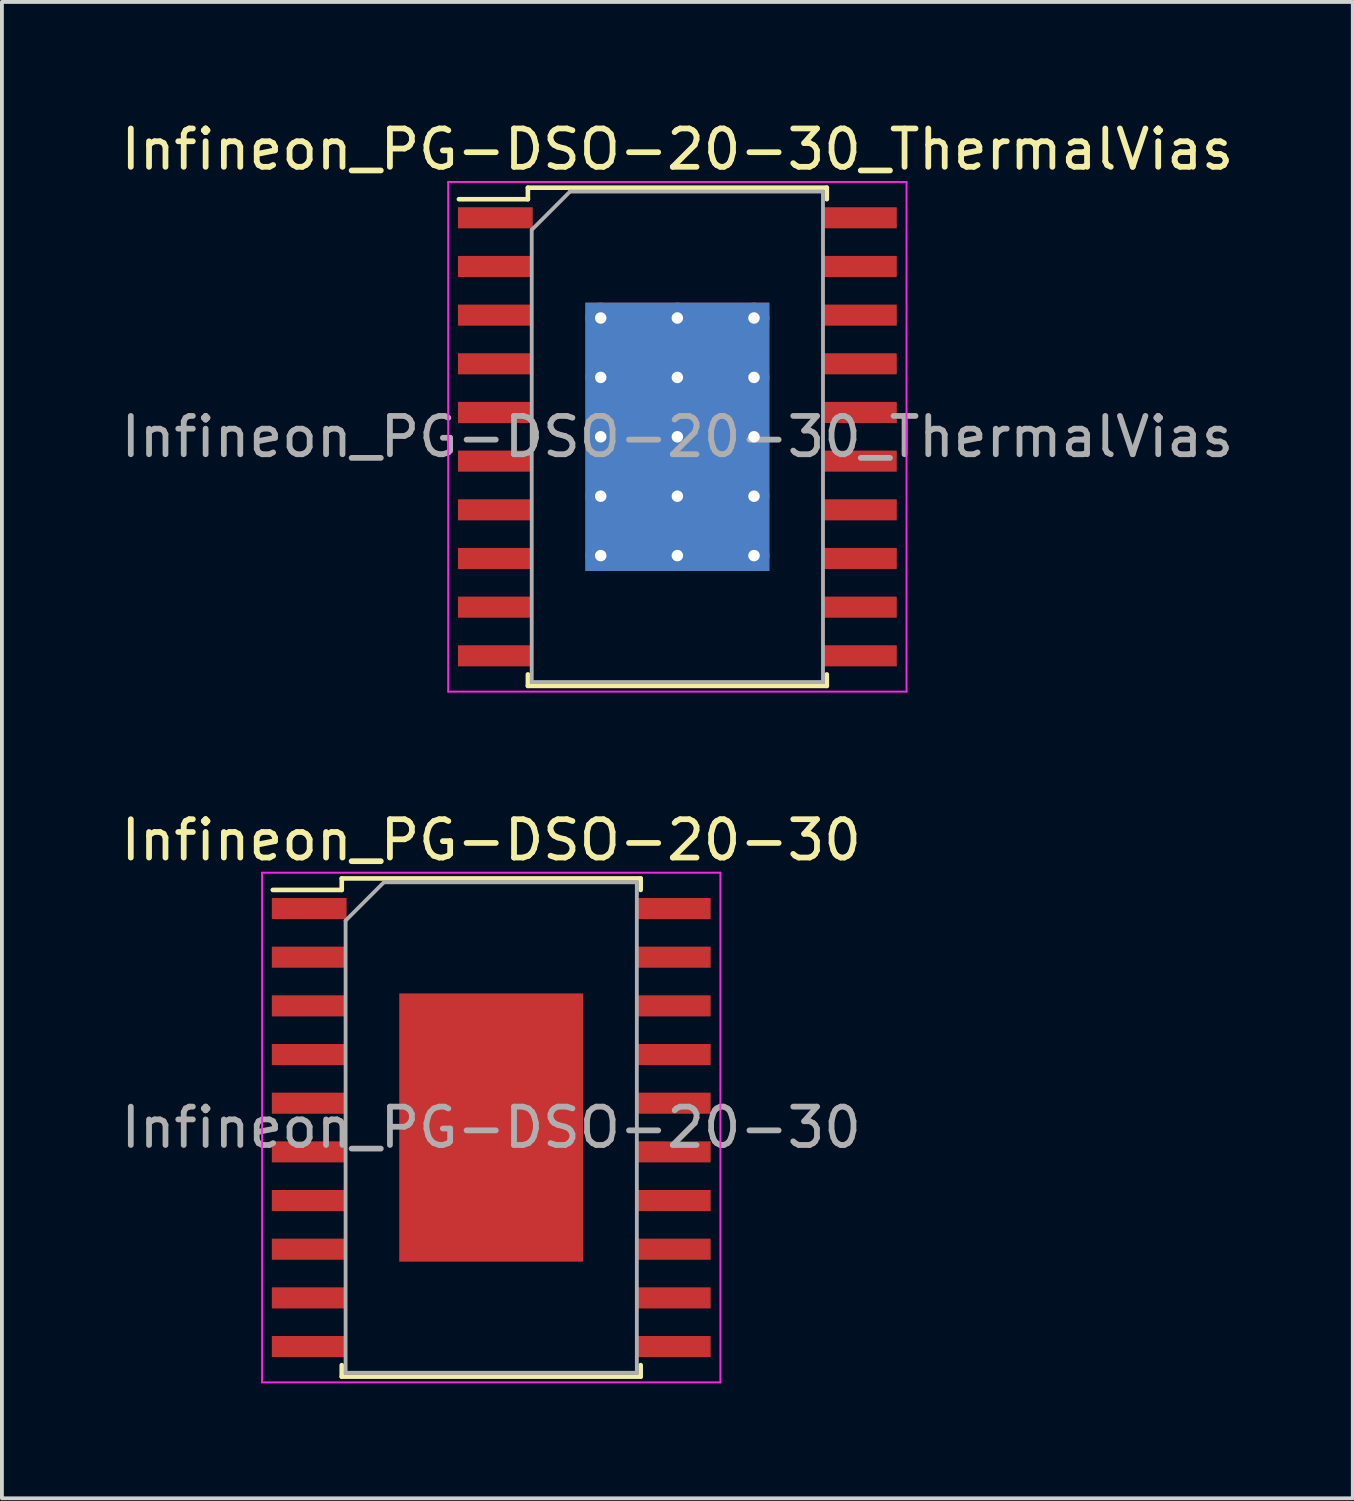
<source format=kicad_pcb>
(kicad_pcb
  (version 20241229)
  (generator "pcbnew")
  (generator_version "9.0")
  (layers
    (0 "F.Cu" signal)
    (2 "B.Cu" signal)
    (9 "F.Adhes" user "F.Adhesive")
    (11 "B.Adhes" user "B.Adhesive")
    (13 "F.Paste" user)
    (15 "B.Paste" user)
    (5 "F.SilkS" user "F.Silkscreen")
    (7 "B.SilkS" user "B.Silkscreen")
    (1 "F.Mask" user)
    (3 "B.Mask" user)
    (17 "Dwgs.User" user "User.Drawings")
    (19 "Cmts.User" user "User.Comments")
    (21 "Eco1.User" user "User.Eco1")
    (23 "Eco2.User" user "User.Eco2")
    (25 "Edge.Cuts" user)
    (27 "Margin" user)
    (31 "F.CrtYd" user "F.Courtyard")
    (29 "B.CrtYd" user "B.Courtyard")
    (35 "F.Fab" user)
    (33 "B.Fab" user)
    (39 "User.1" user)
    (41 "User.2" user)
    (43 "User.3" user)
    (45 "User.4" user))
  (footprint "Infineon_PG-DSO-20-30"
    (layer "F.Cu")
    (at 9.768 26.372)
    (property "Reference" "Infineon_PG-DSO-20-30" (at 0 -7.5 0) (layer "F.SilkS") (effects (font (size 1 1) (thickness 0.15))))
    (attr smd)
    (fp_line (start -5.7 -6.2) (end -3.9 -6.2) (stroke (width 0.12) (type solid)) (layer "F.SilkS"))
    (fp_line (start -3.9 -6.5) (end 3.9 -6.5) (stroke (width 0.12) (type solid)) (layer "F.SilkS"))
    (fp_line (start -3.9 -6.2) (end -3.9 -6.5) (stroke (width 0.12) (type solid)) (layer "F.SilkS"))
    (fp_line (start -3.9 6.2) (end -3.9 6.5) (stroke (width 0.12) (type solid)) (layer "F.SilkS"))
    (fp_line (start 3.9 -6.2) (end 3.9 -6.5) (stroke (width 0.12) (type solid)) (layer "F.SilkS"))
    (fp_line (start 3.9 6.2) (end 3.9 6.5) (stroke (width 0.12) (type solid)) (layer "F.SilkS"))
    (fp_line (start 3.9 6.5) (end -3.9 6.5) (stroke (width 0.12) (type solid)) (layer "F.SilkS"))
    (fp_line (start -5.98 -6.65) (end 5.98 -6.65) (stroke (width 0.05) (type solid)) (layer "F.CrtYd"))
    (fp_line (start -5.98 6.65) (end -5.98 -6.65) (stroke (width 0.05) (type solid)) (layer "F.CrtYd"))
    (fp_line (start -5.98 6.65) (end 5.98 6.65) (stroke (width 0.05) (type solid)) (layer "F.CrtYd"))
    (fp_line (start 5.98 6.65) (end 5.98 -6.65) (stroke (width 0.05) (type solid)) (layer "F.CrtYd"))
    (fp_line (start -3.8 6.4) (end -3.8 -5.4) (stroke (width 0.1) (type solid)) (layer "F.Fab"))
    (fp_line (start -2.8 -6.4) (end -3.8 -5.4) (stroke (width 0.1) (type solid)) (layer "F.Fab"))
    (fp_line (start -2.8 -6.4) (end 3.8 -6.4) (stroke (width 0.1) (type solid)) (layer "F.Fab"))
    (fp_line (start 3.8 -6.4) (end 3.8 6.4) (stroke (width 0.1) (type solid)) (layer "F.Fab"))
    (fp_line (start 3.8 6.4) (end -3.8 6.4) (stroke (width 0.1) (type solid)) (layer "F.Fab"))
    (fp_text user "${REFERENCE}" (at 0 0 0) (layer "F.Fab") (effects (font (size 1 1) (thickness 0.15))))
    (pad "" smd rect (at -1.2 -2.8) (size 2.1 1.1) (layers "F.Paste"))
    (pad "" smd rect (at -1.2 -1.4) (size 2.1 1.1) (layers "F.Paste"))
    (pad "" smd rect (at -1.2 0) (size 2.1 1.1) (layers "F.Paste"))
    (pad "" smd rect (at -1.2 1.4) (size 2.1 1.1) (layers "F.Paste"))
    (pad "" smd rect (at -1.2 2.8) (size 2.1 1.1) (layers "F.Paste"))
    (pad "" smd rect (at 1.2 -2.8) (size 2.1 1.1) (layers "F.Paste"))
    (pad "" smd rect (at 1.2 -1.4) (size 2.1 1.1) (layers "F.Paste"))
    (pad "" smd rect (at 1.2 0) (size 2.1 1.1) (layers "F.Paste"))
    (pad "" smd rect (at 1.2 1.4) (size 2.1 1.1) (layers "F.Paste"))
    (pad "" smd rect (at 1.2 2.8) (size 2.1 1.1) (layers "F.Paste"))
    (pad "1" smd rect (at -4.75 -5.715 90) (size 0.55 1.95) (layers "F.Cu" "F.Mask" "F.Paste"))
    (pad "2" smd rect (at -4.75 -4.445 90) (size 0.55 1.95) (layers "F.Cu" "F.Mask" "F.Paste"))
    (pad "3" smd rect (at -4.75 -3.175 90) (size 0.55 1.95) (layers "F.Cu" "F.Mask" "F.Paste"))
    (pad "4" smd rect (at -4.75 -1.905 90) (size 0.55 1.95) (layers "F.Cu" "F.Mask" "F.Paste"))
    (pad "5" smd rect (at -4.75 -0.635 90) (size 0.55 1.95) (layers "F.Cu" "F.Mask" "F.Paste"))
    (pad "6" smd rect (at -4.75 0.635 90) (size 0.55 1.95) (layers "F.Cu" "F.Mask" "F.Paste"))
    (pad "7" smd rect (at -4.75 1.905 90) (size 0.55 1.95) (layers "F.Cu" "F.Mask" "F.Paste"))
    (pad "8" smd rect (at -4.75 3.175 90) (size 0.55 1.95) (layers "F.Cu" "F.Mask" "F.Paste"))
    (pad "9" smd rect (at -4.75 4.445 90) (size 0.55 1.95) (layers "F.Cu" "F.Mask" "F.Paste"))
    (pad "10" smd rect (at -4.75 5.715 90) (size 0.55 1.95) (layers "F.Cu" "F.Mask" "F.Paste"))
    (pad "11" smd rect (at 4.75 5.715 90) (size 0.55 1.95) (layers "F.Cu" "F.Mask" "F.Paste"))
    (pad "12" smd rect (at 4.75 4.445 90) (size 0.55 1.95) (layers "F.Cu" "F.Mask" "F.Paste"))
    (pad "13" smd rect (at 4.75 3.175 90) (size 0.55 1.95) (layers "F.Cu" "F.Mask" "F.Paste"))
    (pad "14" smd rect (at 4.75 1.905 90) (size 0.55 1.95) (layers "F.Cu" "F.Mask" "F.Paste"))
    (pad "15" smd rect (at 4.75 0.635 90) (size 0.55 1.95) (layers "F.Cu" "F.Mask" "F.Paste"))
    (pad "16" smd rect (at 4.75 -0.635 90) (size 0.55 1.95) (layers "F.Cu" "F.Mask" "F.Paste"))
    (pad "17" smd rect (at 4.75 -1.905 90) (size 0.55 1.95) (layers "F.Cu" "F.Mask" "F.Paste"))
    (pad "18" smd rect (at 4.75 -3.175 90) (size 0.55 1.95) (layers "F.Cu" "F.Mask" "F.Paste"))
    (pad "19" smd rect (at 4.75 -4.445 90) (size 0.55 1.95) (layers "F.Cu" "F.Mask" "F.Paste"))
    (pad "20" smd rect (at 4.75 -5.715 90) (size 0.55 1.95) (layers "F.Cu" "F.Mask" "F.Paste"))
    (pad "21" smd rect (at 0 0) (size 4.8 7) (layers "F.Cu" "F.Mask")))
  (footprint "Infineon_PG-DSO-20-30_ThermalVias"
    (layer "F.Cu")
    (at 14.625 8.348)
    (property "Reference" "Infineon_PG-DSO-20-30_ThermalVias" (at 0 -7.5 0) (layer "F.SilkS") (effects (font (size 1 1) (thickness 0.15))))
    (attr smd)
    (fp_line (start -5.7 -6.2) (end -3.9 -6.2) (stroke (width 0.12) (type solid)) (layer "F.SilkS"))
    (fp_line (start -3.9 -6.5) (end 3.9 -6.5) (stroke (width 0.12) (type solid)) (layer "F.SilkS"))
    (fp_line (start -3.9 -6.2) (end -3.9 -6.5) (stroke (width 0.12) (type solid)) (layer "F.SilkS"))
    (fp_line (start -3.9 6.2) (end -3.9 6.5) (stroke (width 0.12) (type solid)) (layer "F.SilkS"))
    (fp_line (start 3.9 -6.2) (end 3.9 -6.5) (stroke (width 0.12) (type solid)) (layer "F.SilkS"))
    (fp_line (start 3.9 6.2) (end 3.9 6.5) (stroke (width 0.12) (type solid)) (layer "F.SilkS"))
    (fp_line (start 3.9 6.5) (end -3.9 6.5) (stroke (width 0.12) (type solid)) (layer "F.SilkS"))
    (fp_line (start -5.98 -6.65) (end 5.98 -6.65) (stroke (width 0.05) (type solid)) (layer "F.CrtYd"))
    (fp_line (start -5.98 6.65) (end -5.98 -6.65) (stroke (width 0.05) (type solid)) (layer "F.CrtYd"))
    (fp_line (start -5.98 6.65) (end 5.98 6.65) (stroke (width 0.05) (type solid)) (layer "F.CrtYd"))
    (fp_line (start 5.98 6.65) (end 5.98 -6.65) (stroke (width 0.05) (type solid)) (layer "F.CrtYd"))
    (fp_line (start -3.8 6.4) (end -3.8 -5.4) (stroke (width 0.1) (type solid)) (layer "F.Fab"))
    (fp_line (start -2.8 -6.4) (end -3.8 -5.4) (stroke (width 0.1) (type solid)) (layer "F.Fab"))
    (fp_line (start -2.8 -6.4) (end 3.8 -6.4) (stroke (width 0.1) (type solid)) (layer "F.Fab"))
    (fp_line (start 3.8 -6.4) (end 3.8 6.4) (stroke (width 0.1) (type solid)) (layer "F.Fab"))
    (fp_line (start 3.8 6.4) (end -3.8 6.4) (stroke (width 0.1) (type solid)) (layer "F.Fab"))
    (fp_text user "${REFERENCE}" (at 0 0 0) (layer "F.Fab") (effects (font (size 1 1) (thickness 0.15))))
    (pad "" smd rect (at -1 -2.325) (size 1.7 1.25) (layers "F.Paste"))
    (pad "" smd rect (at -1 -0.775) (size 1.7 1.25) (layers "F.Paste"))
    (pad "" smd rect (at -1 0.775) (size 1.7 1.25) (layers "F.Paste"))
    (pad "" smd rect (at -1 2.325) (size 1.7 1.25) (layers "F.Paste"))
    (pad "" smd rect (at 1 -2.325) (size 1.7 1.25) (layers "F.Paste"))
    (pad "" smd rect (at 1 -0.775) (size 1.7 1.25) (layers "F.Paste"))
    (pad "" smd rect (at 1 0.775) (size 1.7 1.25) (layers "F.Paste"))
    (pad "" smd rect (at 1 2.325) (size 1.7 1.25) (layers "F.Paste"))
    (pad "1" smd rect (at -4.75 -5.715 90) (size 0.55 1.95) (layers "F.Cu" "F.Mask" "F.Paste"))
    (pad "2" smd rect (at -4.75 -4.445 90) (size 0.55 1.95) (layers "F.Cu" "F.Mask" "F.Paste"))
    (pad "3" smd rect (at -4.75 -3.175 90) (size 0.55 1.95) (layers "F.Cu" "F.Mask" "F.Paste"))
    (pad "4" smd rect (at -4.75 -1.905 90) (size 0.55 1.95) (layers "F.Cu" "F.Mask" "F.Paste"))
    (pad "5" smd rect (at -4.75 -0.635 90) (size 0.55 1.95) (layers "F.Cu" "F.Mask" "F.Paste"))
    (pad "6" smd rect (at -4.75 0.635 90) (size 0.55 1.95) (layers "F.Cu" "F.Mask" "F.Paste"))
    (pad "7" smd rect (at -4.75 1.905 90) (size 0.55 1.95) (layers "F.Cu" "F.Mask" "F.Paste"))
    (pad "8" smd rect (at -4.75 3.175 90) (size 0.55 1.95) (layers "F.Cu" "F.Mask" "F.Paste"))
    (pad "9" smd rect (at -4.75 4.445 90) (size 0.55 1.95) (layers "F.Cu" "F.Mask" "F.Paste"))
    (pad "10" smd rect (at -4.75 5.715 90) (size 0.55 1.95) (layers "F.Cu" "F.Mask" "F.Paste"))
    (pad "11" smd rect (at 4.75 5.715 90) (size 0.55 1.95) (layers "F.Cu" "F.Mask" "F.Paste"))
    (pad "12" smd rect (at 4.75 4.445 90) (size 0.55 1.95) (layers "F.Cu" "F.Mask" "F.Paste"))
    (pad "13" smd rect (at 4.75 3.175 90) (size 0.55 1.95) (layers "F.Cu" "F.Mask" "F.Paste"))
    (pad "14" smd rect (at 4.75 1.905 90) (size 0.55 1.95) (layers "F.Cu" "F.Mask" "F.Paste"))
    (pad "15" smd rect (at 4.75 0.635 90) (size 0.55 1.95) (layers "F.Cu" "F.Mask" "F.Paste"))
    (pad "16" smd rect (at 4.75 -0.635 90) (size 0.55 1.95) (layers "F.Cu" "F.Mask" "F.Paste"))
    (pad "17" smd rect (at 4.75 -1.905 90) (size 0.55 1.95) (layers "F.Cu" "F.Mask" "F.Paste"))
    (pad "18" smd rect (at 4.75 -3.175 90) (size 0.55 1.95) (layers "F.Cu" "F.Mask" "F.Paste"))
    (pad "19" smd rect (at 4.75 -4.445 90) (size 0.55 1.95) (layers "F.Cu" "F.Mask" "F.Paste"))
    (pad "20" smd rect (at 4.75 -5.715 90) (size 0.55 1.95) (layers "F.Cu" "F.Mask" "F.Paste"))
    (pad "21" thru_hole circle (at -2 -3.1) (size 0.8 0.8) (drill 0.3) (layers "*.Cu"))
    (pad "21" thru_hole circle (at -2 -1.55) (size 0.8 0.8) (drill 0.3) (layers "*.Cu"))
    (pad "21" thru_hole circle (at -2 0) (size 0.8 0.8) (drill 0.3) (layers "*.Cu"))
    (pad "21" thru_hole circle (at -2 1.55) (size 0.8 0.8) (drill 0.3) (layers "*.Cu"))
    (pad "21" thru_hole circle (at -2 3.1) (size 0.8 0.8) (drill 0.3) (layers "*.Cu"))
    (pad "21" thru_hole circle (at 0 -3.1) (size 0.8 0.8) (drill 0.3) (layers "*.Cu"))
    (pad "21" thru_hole circle (at 0 -1.55) (size 0.8 0.8) (drill 0.3) (layers "*.Cu"))
    (pad "21" thru_hole circle (at 0 0) (size 0.8 0.8) (drill 0.3) (layers "*.Cu"))
    (pad "21" smd rect (at 0 0) (size 4.8 7) (layers "F.Cu" "F.Mask"))
    (pad "21" smd rect (at 0 0) (size 4.8 7) (layers "B.Cu"))
    (pad "21" thru_hole circle (at 0 1.55) (size 0.8 0.8) (drill 0.3) (layers "*.Cu"))
    (pad "21" thru_hole circle (at 0 3.1) (size 0.8 0.8) (drill 0.3) (layers "*.Cu"))
    (pad "21" thru_hole circle (at 2 -3.1) (size 0.8 0.8) (drill 0.3) (layers "*.Cu"))
    (pad "21" thru_hole circle (at 2 -1.55) (size 0.8 0.8) (drill 0.3) (layers "*.Cu"))
    (pad "21" thru_hole circle (at 2 0) (size 0.8 0.8) (drill 0.3) (layers "*.Cu"))
    (pad "21" thru_hole circle (at 2 1.55) (size 0.8 0.8) (drill 0.3) (layers "*.Cu"))
    (pad "21" thru_hole circle (at 2 3.1) (size 0.8 0.8) (drill 0.3) (layers "*.Cu")))
  (gr_rect
    (start -3 -3)
    (end 32.25 36.047)
    (stroke (width 0.1) (type default))
    (fill no)
    (layer "Edge.Cuts")))
</source>
